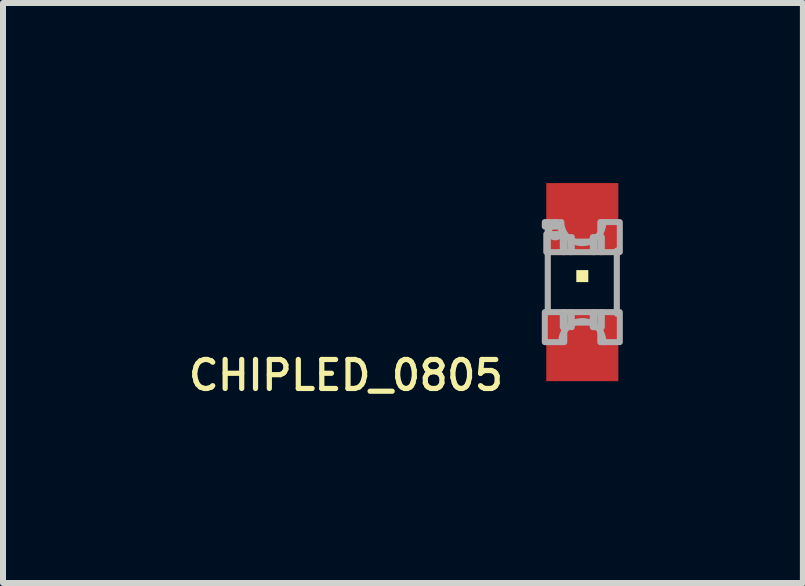
<source format=kicad_pcb>
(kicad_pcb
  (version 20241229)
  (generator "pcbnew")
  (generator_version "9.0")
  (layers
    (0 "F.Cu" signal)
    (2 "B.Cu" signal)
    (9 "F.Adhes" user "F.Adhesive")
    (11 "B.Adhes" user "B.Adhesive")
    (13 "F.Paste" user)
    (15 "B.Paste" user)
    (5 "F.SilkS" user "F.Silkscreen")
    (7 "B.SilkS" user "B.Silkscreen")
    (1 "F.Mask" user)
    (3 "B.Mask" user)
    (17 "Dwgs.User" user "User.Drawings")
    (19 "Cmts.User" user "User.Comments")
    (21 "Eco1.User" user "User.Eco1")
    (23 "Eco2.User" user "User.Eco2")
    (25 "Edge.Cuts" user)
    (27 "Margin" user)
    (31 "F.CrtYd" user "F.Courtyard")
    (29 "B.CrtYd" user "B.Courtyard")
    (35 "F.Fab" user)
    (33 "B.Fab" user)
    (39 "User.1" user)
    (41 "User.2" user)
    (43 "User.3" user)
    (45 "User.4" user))
  (footprint "CHIPLED_0805"
    (layer "F.Cu")
    (at 6.651 1.65)
    (property "Reference" "CHIPLED_0805" (at -1.27 1.27 0) (layer "F.SilkS") (effects (font (size 0.483 0.483) (thickness 0.087)) (justify right top)))
    (attr through_hole)
    (fp_poly (pts (xy -0.1 0) (xy 0.1 0) (xy 0.1 -0.2) (xy -0.1 -0.2)) (stroke (width 0) (type solid)) (fill yes) (layer "F.SilkS"))
    (fp_line (start -0.575 0.5) (end -0.575 -0.925) (stroke (width 0.102) (type solid)) (layer "F.Fab"))
    (fp_line (start 0.575 -0.525) (end 0.575 0.525) (stroke (width 0.102) (type solid)) (layer "F.Fab"))
    (fp_arc (start -0.35 1) (mid 0 0.65) (end 0.35 1) (stroke (width 0.1016) (type solid)) (layer "F.Fab"))
    (fp_arc (start 0.35 -1) (mid 0 -0.65) (end -0.35 -1) (stroke (width 0.1016) (type solid)) (layer "F.Fab"))
    (fp_circle (center -0.45 -0.85) (end -0.347 -0.85) (stroke (width 0.102) (type solid)) (fill no) (layer "F.Fab"))
    (fp_poly (pts (xy -0.625 -0.925) (xy -0.4 -0.925) (xy -0.4 -1) (xy -0.625 -1)) (stroke (width 0.1) (type solid)) (fill no) (layer "F.Fab"))
    (fp_poly (pts (xy -0.625 1) (xy -0.3 1) (xy -0.3 0.5) (xy -0.625 0.5)) (stroke (width 0.1) (type solid)) (fill no) (layer "F.Fab"))
    (fp_poly (pts (xy -0.6 -0.5) (xy -0.3 -0.5) (xy -0.3 -0.8) (xy -0.6 -0.8)) (stroke (width 0.1) (type solid)) (fill no) (layer "F.Fab"))
    (fp_poly (pts (xy -0.325 -0.5) (xy -0.175 -0.5) (xy -0.175 -0.75) (xy -0.325 -0.75)) (stroke (width 0.1) (type solid)) (fill no) (layer "F.Fab"))
    (fp_poly (pts (xy -0.325 0.75) (xy -0.175 0.75) (xy -0.175 0.5) (xy -0.325 0.5)) (stroke (width 0.1) (type solid)) (fill no) (layer "F.Fab"))
    (fp_poly (pts (xy -0.2 -0.5) (xy 0.2 -0.5) (xy 0.2 -0.675) (xy -0.2 -0.675)) (stroke (width 0.1) (type solid)) (fill no) (layer "F.Fab"))
    (fp_poly (pts (xy -0.2 0.675) (xy 0.2 0.675) (xy 0.2 0.5) (xy -0.2 0.5)) (stroke (width 0.1) (type solid)) (fill no) (layer "F.Fab"))
    (fp_poly (pts (xy 0.175 -0.5) (xy 0.325 -0.5) (xy 0.325 -0.75) (xy 0.175 -0.75)) (stroke (width 0.1) (type solid)) (fill no) (layer "F.Fab"))
    (fp_poly (pts (xy 0.175 0.75) (xy 0.325 0.75) (xy 0.325 0.5) (xy 0.175 0.5)) (stroke (width 0.1) (type solid)) (fill no) (layer "F.Fab"))
    (fp_poly (pts (xy 0.3 -0.5) (xy 0.625 -0.5) (xy 0.625 -1) (xy 0.3 -1)) (stroke (width 0.1) (type solid)) (fill no) (layer "F.Fab"))
    (fp_poly (pts (xy 0.3 1) (xy 0.625 1) (xy 0.625 0.5) (xy 0.3 0.5)) (stroke (width 0.1) (type solid)) (fill no) (layer "F.Fab"))
    (pad "A" smd rect (at 0 1.05) (size 1.2 1.2) (layers "F.Cu" "F.Mask" "F.Paste"))
    (pad "C" smd rect (at 0 -1.05) (size 1.2 1.2) (layers "F.Cu" "F.Mask" "F.Paste")))
  (gr_rect
    (start -3 -3)
    (end 10.326 6.663)
    (stroke (width 0.1) (type default))
    (fill no)
    (layer "Edge.Cuts")))
</source>
